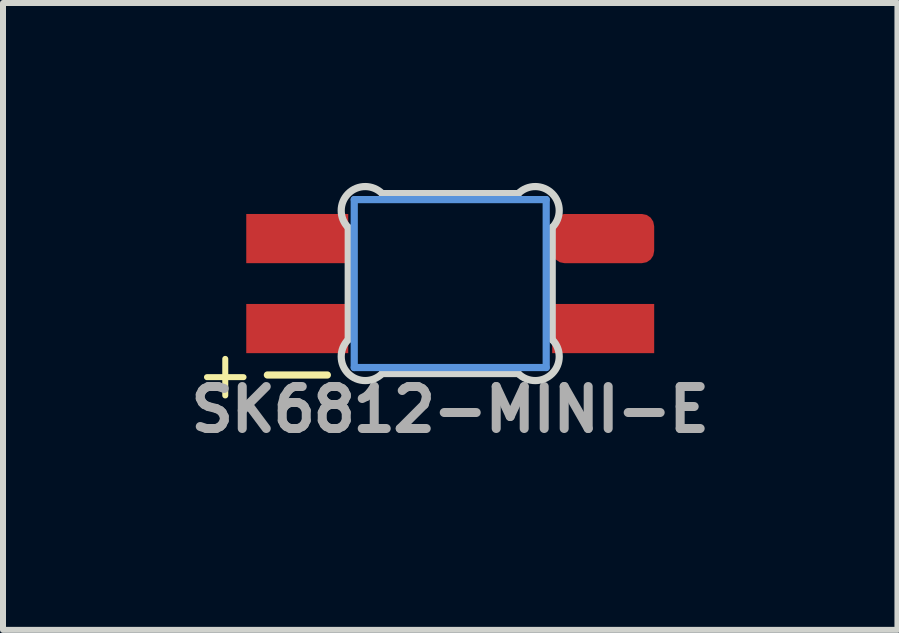
<source format=kicad_pcb>
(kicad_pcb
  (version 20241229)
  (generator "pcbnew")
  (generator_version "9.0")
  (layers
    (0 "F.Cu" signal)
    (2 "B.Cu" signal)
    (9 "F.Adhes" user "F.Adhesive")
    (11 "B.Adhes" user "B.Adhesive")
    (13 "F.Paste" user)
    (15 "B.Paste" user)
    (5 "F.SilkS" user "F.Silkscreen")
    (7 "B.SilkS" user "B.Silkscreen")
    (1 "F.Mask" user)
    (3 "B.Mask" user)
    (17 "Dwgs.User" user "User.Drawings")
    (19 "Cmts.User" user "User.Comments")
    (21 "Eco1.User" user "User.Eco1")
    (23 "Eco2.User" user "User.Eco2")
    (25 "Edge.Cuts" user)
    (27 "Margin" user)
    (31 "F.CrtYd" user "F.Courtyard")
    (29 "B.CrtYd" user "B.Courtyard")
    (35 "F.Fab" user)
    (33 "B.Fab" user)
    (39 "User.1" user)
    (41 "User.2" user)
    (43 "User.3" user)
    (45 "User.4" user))
  (footprint "SK6812-MINI-E"
    (layer "F.Cu")
    (at 4.455 1.677)
    (property "Reference" "SK6812-MINI-E" (at 0 2.1 0) (unlocked yes) (layer "F.Fab") (effects (font (size 0.7 0.7) (thickness 0.15))))
    (attr smd)
    (fp_line (start -2.048 1.524) (end -3.048 1.524) (stroke (width 0.12) (type solid)) (layer "F.SilkS"))
    (fp_line (start -1.6 -1.4) (end 1.6 -1.4) (stroke (width 0.12) (type solid)) (layer "Cmts.User"))
    (fp_line (start -1.6 1.4) (end -1.6 -1.4) (stroke (width 0.12) (type solid)) (layer "Cmts.User"))
    (fp_line (start 1.6 -1.4) (end 1.6 1.4) (stroke (width 0.12) (type solid)) (layer "Cmts.User"))
    (fp_line (start 1.6 1.4) (end -1.6 1.4) (stroke (width 0.12) (type solid)) (layer "Cmts.User"))
    (fp_line (start -1.7 0.934) (end -1.7 -0.934) (stroke (width 0.12) (type solid)) (layer "Edge.Cuts"))
    (fp_line (start -1.134 -1.5) (end 1.134 -1.5) (stroke (width 0.12) (type solid)) (layer "Edge.Cuts"))
    (fp_line (start 1.134 1.5) (end -1.134 1.5) (stroke (width 0.12) (type solid)) (layer "Edge.Cuts"))
    (fp_line (start 1.7 -0.934) (end 1.7 0.934) (stroke (width 0.12) (type solid)) (layer "Edge.Cuts"))
    (fp_arc (start -1.7 -0.934314) (mid -1.7 -1.5) (end -1.134314 -1.5) (stroke (width 0.12) (type solid)) (layer "Edge.Cuts"))
    (fp_arc (start -1.134314 1.5) (mid -1.7 1.5) (end -1.7 0.934314) (stroke (width 0.12) (type solid)) (layer "Edge.Cuts"))
    (fp_arc (start 1.134314 -1.5) (mid 1.7 -1.5) (end 1.7 -0.934314) (stroke (width 0.12) (type solid)) (layer "Edge.Cuts"))
    (fp_arc (start 1.7 0.934314) (mid 1.7 1.5) (end 1.134314 1.5) (stroke (width 0.12) (type solid)) (layer "Edge.Cuts"))
    (fp_text user "+" (at -3.75 1.5 0) (unlocked yes) (layer "F.SilkS") (effects (font (size 0.8 0.8) (thickness 0.1))))
    (pad "1" smd rect (at -2.55 0.75) (size 1.7 0.82) (layers "F.Cu" "F.Mask" "F.Paste"))
    (pad "2" smd rect (at -2.55 -0.75) (size 1.7 0.82) (layers "F.Cu" "F.Mask" "F.Paste"))
    (pad "3" smd roundrect (at 2.55 -0.75) (size 1.7 0.82) (layers "F.Cu" "F.Mask" "F.Paste") (roundrect_rratio 0.25))
    (pad "4" smd rect (at 2.55 0.75) (size 1.7 0.82) (layers "F.Cu" "F.Mask" "F.Paste")))
  (gr_rect
    (start -3 -3)
    (end 11.91 7.45)
    (stroke (width 0.1) (type default))
    (fill no)
    (layer "Edge.Cuts")))
</source>
